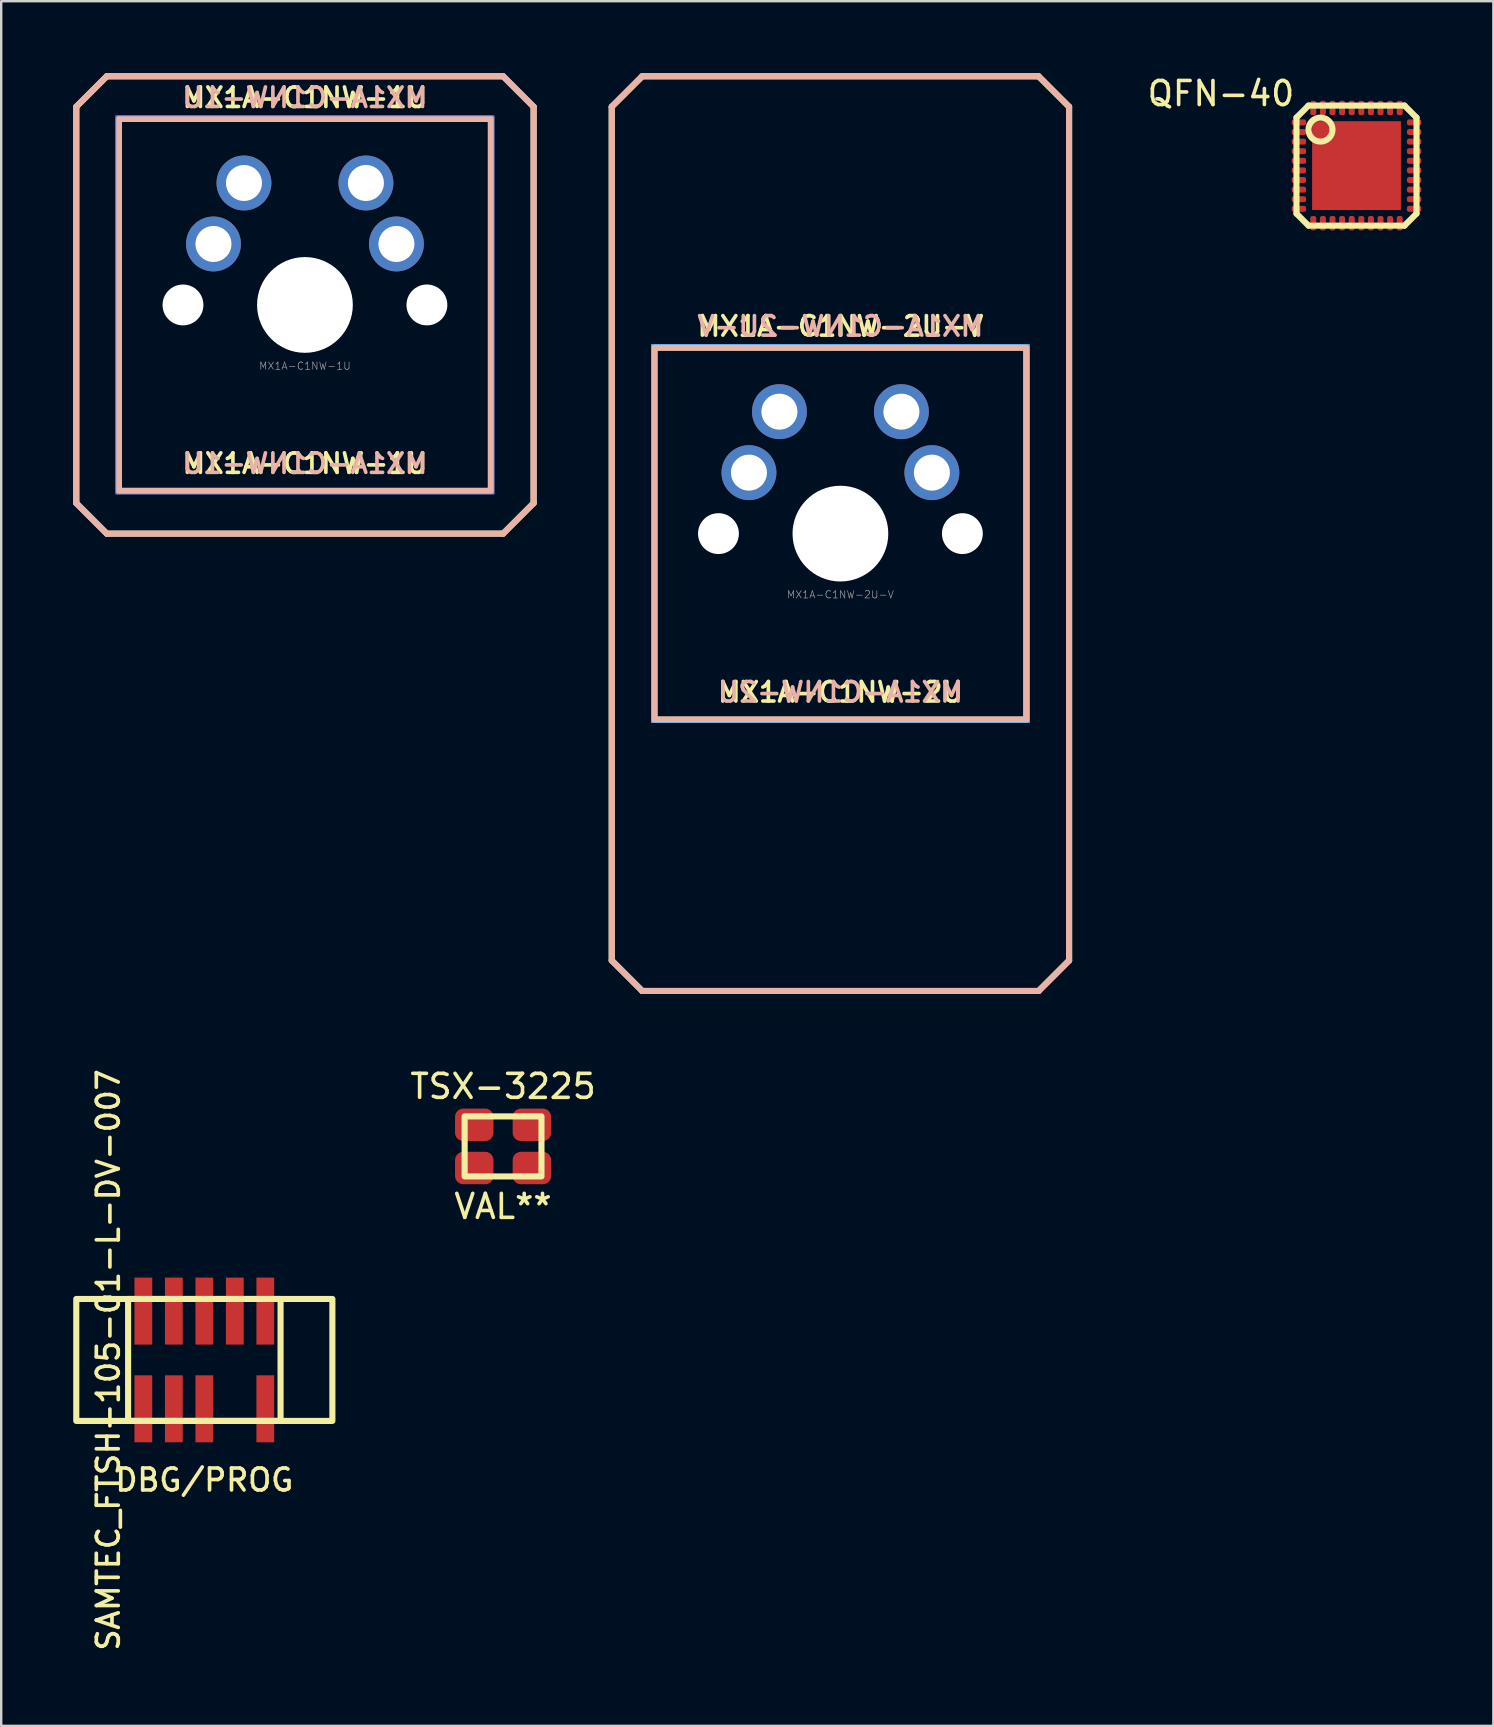
<source format=kicad_pcb>
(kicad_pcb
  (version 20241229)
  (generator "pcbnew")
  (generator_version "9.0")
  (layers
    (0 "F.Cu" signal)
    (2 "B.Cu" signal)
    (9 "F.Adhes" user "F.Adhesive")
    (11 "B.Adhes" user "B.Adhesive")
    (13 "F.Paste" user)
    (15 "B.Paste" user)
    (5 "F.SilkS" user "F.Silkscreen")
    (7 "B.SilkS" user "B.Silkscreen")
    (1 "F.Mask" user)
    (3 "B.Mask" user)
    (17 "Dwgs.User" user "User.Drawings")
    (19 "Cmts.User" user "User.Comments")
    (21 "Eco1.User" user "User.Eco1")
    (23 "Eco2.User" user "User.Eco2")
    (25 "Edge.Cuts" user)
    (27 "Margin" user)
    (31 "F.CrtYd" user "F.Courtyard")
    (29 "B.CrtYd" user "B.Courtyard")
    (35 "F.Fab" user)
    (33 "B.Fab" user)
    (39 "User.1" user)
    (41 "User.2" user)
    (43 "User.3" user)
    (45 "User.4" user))
  (footprint "MX1A-C1NW-2U-V"
    (layer "F.Cu")
    (at 31.956 19.177)
    (property "Reference" "MX1A-C1NW-2U-V" (at 0 2.54 0) (unlocked yes) (layer "F.Fab") (effects (font (size 0.305 0.305) (thickness 0.025))))
    (property "Value" "MX1A-C1NW-2U" (at 0 3.048 0) (unlocked yes) (layer "F.Fab") (hide yes) (effects (font (size 0.305 0.305) (thickness 0.025))))
    (attr through_hole)
    (fp_line (start -9.525 -17.78) (end -9.525 17.78) (stroke (width 0.254) (type solid)) (layer "F.SilkS"))
    (fp_line (start -9.525 17.78) (end -8.255 19.05) (stroke (width 0.254) (type solid)) (layer "F.SilkS"))
    (fp_line (start -8.255 -19.05) (end -9.525 -17.78) (stroke (width 0.254) (type solid)) (layer "F.SilkS"))
    (fp_line (start -8.255 19.05) (end 8.255 19.05) (stroke (width 0.254) (type solid)) (layer "F.SilkS"))
    (fp_line (start 8.255 -19.05) (end -8.255 -19.05) (stroke (width 0.254) (type solid)) (layer "F.SilkS"))
    (fp_line (start 8.255 19.05) (end 9.525 17.78) (stroke (width 0.254) (type solid)) (layer "F.SilkS"))
    (fp_line (start 9.525 -17.78) (end 8.255 -19.05) (stroke (width 0.254) (type solid)) (layer "F.SilkS"))
    (fp_line (start 9.525 17.78) (end 9.525 -17.78) (stroke (width 0.254) (type solid)) (layer "F.SilkS"))
    (fp_rect (start -7.747 -7.747) (end 7.747 7.747) (stroke (width 0.254) (type solid)) (fill no) (layer "F.SilkS"))
    (fp_line (start -9.525 -17.78) (end -9.525 17.78) (stroke (width 0.254) (type solid)) (layer "B.SilkS"))
    (fp_line (start -9.525 17.78) (end -8.255 19.05) (stroke (width 0.254) (type solid)) (layer "B.SilkS"))
    (fp_line (start -8.255 -19.05) (end -9.525 -17.78) (stroke (width 0.254) (type solid)) (layer "B.SilkS"))
    (fp_line (start -8.255 19.05) (end 8.255 19.05) (stroke (width 0.254) (type solid)) (layer "B.SilkS"))
    (fp_line (start 8.255 -19.05) (end -8.255 -19.05) (stroke (width 0.254) (type solid)) (layer "B.SilkS"))
    (fp_line (start 8.255 19.05) (end 9.525 17.78) (stroke (width 0.254) (type solid)) (layer "B.SilkS"))
    (fp_line (start 9.525 -17.78) (end 8.255 -19.05) (stroke (width 0.254) (type solid)) (layer "B.SilkS"))
    (fp_line (start 9.525 17.78) (end 9.525 -17.78) (stroke (width 0.254) (type solid)) (layer "B.SilkS"))
    (fp_rect (start -7.747 -7.747) (end 7.747 7.747) (stroke (width 0.254) (type solid)) (fill no) (layer "B.SilkS"))
    (fp_rect (start -7.874 -7.874) (end 7.874 7.874) (stroke (width 0.025) (type solid)) (fill no) (layer "B.CrtYd"))
    (fp_rect (start -7.874 -7.874) (end 7.874 7.874) (stroke (width 0.025) (type solid)) (fill no) (layer "F.CrtYd"))
    (fp_text user "${VALUE}" (at 0 6.604 0) (unlocked yes) (layer "F.SilkS") (effects (font (size 0.813 0.813) (thickness 0.152))))
    (fp_text user "${REFERENCE}" (at 0 -8.636 0) (unlocked yes) (layer "F.SilkS") (effects (font (size 0.813 0.813) (thickness 0.152))))
    (fp_text user "${REFERENCE}" (at 0 -8.636 0) (unlocked yes) (layer "B.SilkS") (effects (font (size 0.813 0.813) (thickness 0.152)) (justify mirror)))
    (fp_text user "${VALUE}" (at 0 6.604 0) (unlocked yes) (layer "B.SilkS") (effects (font (size 0.813 0.813) (thickness 0.152)) (justify mirror)))
    (pad "" np_thru_hole circle (at -5.08 0) (size 1.702 1.702) (drill 1.702) (layers "*.Cu"))
    (pad "" np_thru_hole circle (at 0 0) (size 3.988 3.988) (drill 3.988) (layers "*.Cu"))
    (pad "" np_thru_hole circle (at 5.08 0) (size 1.702 1.702) (drill 1.702) (layers "*.Cu"))
    (pad "1" thru_hole circle (at -3.81 -2.54) (size 2.286 2.286) (drill 1.499) (layers "*.Cu" "*.Mask"))
    (pad "2" thru_hole circle (at 2.54 -5.08) (size 2.286 2.286) (drill 1.499) (layers "*.Cu" "*.Mask"))
    (pad "3" thru_hole circle (at 3.81 -2.54) (size 2.286 2.286) (drill 1.499) (layers "*.Cu" "*.Mask"))
    (pad "4" thru_hole circle (at -2.54 -5.08) (size 2.286 2.286) (drill 1.499) (layers "*.Cu" "*.Mask")))
  (footprint "MX1A-C1NW-1U"
    (layer "F.Cu")
    (at 9.652 9.652)
    (property "Reference" "MX1A-C1NW-1U" (at 0 2.54 0) (unlocked yes) (layer "F.Fab") (effects (font (size 0.305 0.305) (thickness 0.025))))
    (property "Value" "MX1A-C1NW-1U" (at 0 3.048 0) (unlocked yes) (layer "F.Fab") (hide yes) (effects (font (size 0.305 0.305) (thickness 0.025))))
    (attr through_hole)
    (fp_line (start -9.525 -8.255) (end -9.525 8.255) (stroke (width 0.254) (type solid)) (layer "F.SilkS"))
    (fp_line (start -9.525 8.255) (end -8.255 9.525) (stroke (width 0.254) (type solid)) (layer "F.SilkS"))
    (fp_line (start -8.255 -9.525) (end -9.525 -8.255) (stroke (width 0.254) (type solid)) (layer "F.SilkS"))
    (fp_line (start -8.255 9.525) (end 8.255 9.525) (stroke (width 0.254) (type solid)) (layer "F.SilkS"))
    (fp_line (start 8.255 -9.525) (end -8.255 -9.525) (stroke (width 0.254) (type solid)) (layer "F.SilkS"))
    (fp_line (start 8.255 9.525) (end 9.525 8.255) (stroke (width 0.254) (type solid)) (layer "F.SilkS"))
    (fp_line (start 9.525 -8.255) (end 8.255 -9.525) (stroke (width 0.254) (type solid)) (layer "F.SilkS"))
    (fp_line (start 9.525 8.255) (end 9.525 -8.255) (stroke (width 0.254) (type solid)) (layer "F.SilkS"))
    (fp_rect (start -7.747 -7.747) (end 7.747 7.747) (stroke (width 0.254) (type solid)) (fill no) (layer "F.SilkS"))
    (fp_line (start -9.525 -8.255) (end -8.255 -9.525) (stroke (width 0.254) (type solid)) (layer "B.SilkS"))
    (fp_line (start -9.525 8.255) (end -9.525 -8.255) (stroke (width 0.254) (type solid)) (layer "B.SilkS"))
    (fp_line (start -8.255 -9.525) (end 8.255 -9.525) (stroke (width 0.254) (type solid)) (layer "B.SilkS"))
    (fp_line (start -8.255 9.525) (end -9.525 8.255) (stroke (width 0.254) (type solid)) (layer "B.SilkS"))
    (fp_line (start 8.255 -9.525) (end 9.525 -8.255) (stroke (width 0.254) (type solid)) (layer "B.SilkS"))
    (fp_line (start 8.255 9.525) (end -8.255 9.525) (stroke (width 0.254) (type solid)) (layer "B.SilkS"))
    (fp_line (start 9.525 -8.255) (end 9.525 8.255) (stroke (width 0.254) (type solid)) (layer "B.SilkS"))
    (fp_line (start 9.525 8.255) (end 8.255 9.525) (stroke (width 0.254) (type solid)) (layer "B.SilkS"))
    (fp_rect (start -7.747 -7.747) (end 7.747 7.747) (stroke (width 0.254) (type solid)) (fill no) (layer "B.SilkS"))
    (fp_rect (start -7.874 -7.874) (end 7.874 7.874) (stroke (width 0.025) (type solid)) (fill no) (layer "B.CrtYd"))
    (fp_rect (start -7.874 -7.874) (end 7.874 7.874) (stroke (width 0.025) (type solid)) (fill no) (layer "F.CrtYd"))
    (fp_text user "${VALUE}" (at 0 6.604 0) (unlocked yes) (layer "F.SilkS") (effects (font (size 0.813 0.813) (thickness 0.152))))
    (fp_text user "${REFERENCE}" (at 0 -8.636 0) (unlocked yes) (layer "F.SilkS") (effects (font (size 0.813 0.813) (thickness 0.152))))
    (fp_text user "${REFERENCE}" (at 0 -8.636 0) (unlocked yes) (layer "B.SilkS") (effects (font (size 0.813 0.813) (thickness 0.152)) (justify mirror)))
    (fp_text user "${VALUE}" (at 0 6.604 0) (unlocked yes) (layer "B.SilkS") (effects (font (size 0.813 0.813) (thickness 0.152)) (justify mirror)))
    (pad "" np_thru_hole circle (at -5.08 0) (size 1.702 1.702) (drill 1.702) (layers "*.Cu"))
    (pad "" np_thru_hole circle (at 0 0) (size 3.988 3.988) (drill 3.988) (layers "*.Cu"))
    (pad "" np_thru_hole circle (at 5.08 0) (size 1.702 1.702) (drill 1.702) (layers "*.Cu"))
    (pad "1" thru_hole circle (at -3.81 -2.54) (size 2.286 2.286) (drill 1.499) (layers "*.Cu" "*.Mask"))
    (pad "2" thru_hole circle (at 2.54 -5.08) (size 2.286 2.286) (drill 1.499) (layers "*.Cu" "*.Mask"))
    (pad "3" thru_hole circle (at 3.81 -2.54) (size 2.286 2.286) (drill 1.499) (layers "*.Cu" "*.Mask"))
    (pad "4" thru_hole circle (at -2.54 -5.08) (size 2.286 2.286) (drill 1.499) (layers "*.Cu" "*.Mask")))
  (footprint "QFN-40"
    (layer "F.Cu")
    (at 53.453 3.848)
    (property "Reference" "QFN-40" (at -2.5 -3 0) (unlocked yes) (layer "F.SilkS") (effects (font (size 1 1) (thickness 0.15)) (justify right)))
    (attr smd)
    (fp_line (start -2.5 -2) (end -2.5 2) (stroke (width 0.254) (type solid)) (layer "F.SilkS"))
    (fp_line (start -2.5 2) (end -2 2.5) (stroke (width 0.254) (type solid)) (layer "F.SilkS"))
    (fp_line (start -2 -2.5) (end -2.5 -2) (stroke (width 0.254) (type solid)) (layer "F.SilkS"))
    (fp_line (start -2 2.5) (end 2 2.5) (stroke (width 0.254) (type solid)) (layer "F.SilkS"))
    (fp_line (start 2 -2.5) (end -2 -2.5) (stroke (width 0.254) (type solid)) (layer "F.SilkS"))
    (fp_line (start 2 2.5) (end 2.5 2) (stroke (width 0.254) (type solid)) (layer "F.SilkS"))
    (fp_line (start 2.5 -2) (end 2 -2.5) (stroke (width 0.254) (type solid)) (layer "F.SilkS"))
    (fp_line (start 2.5 2) (end 2.5 -2) (stroke (width 0.254) (type solid)) (layer "F.SilkS"))
    (fp_circle (center -1.5 -1.5) (end -1 -1.5) (stroke (width 0.254) (type solid)) (fill no) (layer "F.SilkS"))
    (pad "1" smd roundrect (at -2.4 -1.8) (size 0.6 0.25) (layers "F.Cu" "F.Mask") (roundrect_rratio 0.35))
    (pad "2" smd roundrect (at -2.4 -1.4) (size 0.6 0.25) (layers "F.Cu" "F.Mask") (roundrect_rratio 0.35))
    (pad "3" smd roundrect (at -2.4 -1) (size 0.6 0.25) (layers "F.Cu" "F.Mask") (roundrect_rratio 0.35))
    (pad "4" smd roundrect (at -2.4 -0.6) (size 0.6 0.25) (layers "F.Cu" "F.Mask") (roundrect_rratio 0.35))
    (pad "5" smd roundrect (at -2.4 -0.2) (size 0.6 0.25) (layers "F.Cu" "F.Mask") (roundrect_rratio 0.35))
    (pad "6" smd roundrect (at -2.4 0.2) (size 0.6 0.25) (layers "F.Cu" "F.Mask") (roundrect_rratio 0.35))
    (pad "7" smd roundrect (at -2.4 0.6) (size 0.6 0.25) (layers "F.Cu" "F.Mask") (roundrect_rratio 0.35))
    (pad "8" smd roundrect (at -2.4 1) (size 0.6 0.25) (layers "F.Cu" "F.Mask") (roundrect_rratio 0.35))
    (pad "9" smd roundrect (at -2.4 1.4) (size 0.6 0.25) (layers "F.Cu" "F.Mask") (roundrect_rratio 0.35))
    (pad "10" smd roundrect (at -2.4 1.8) (size 0.6 0.25) (layers "F.Cu" "F.Mask") (roundrect_rratio 0.35))
    (pad "11" smd roundrect (at -1.8 2.4 90) (size 0.6 0.25) (layers "F.Cu" "F.Mask") (roundrect_rratio 0.35))
    (pad "12" smd roundrect (at -1.4 2.4 90) (size 0.6 0.25) (layers "F.Cu" "F.Mask") (roundrect_rratio 0.35))
    (pad "13" smd roundrect (at -1 2.4 90) (size 0.6 0.25) (layers "F.Cu" "F.Mask") (roundrect_rratio 0.35))
    (pad "14" smd roundrect (at -0.6 2.4 90) (size 0.6 0.25) (layers "F.Cu" "F.Mask") (roundrect_rratio 0.35))
    (pad "15" smd roundrect (at -0.2 2.4 90) (size 0.6 0.25) (layers "F.Cu" "F.Mask") (roundrect_rratio 0.35))
    (pad "16" smd roundrect (at 0.2 2.4 90) (size 0.6 0.25) (layers "F.Cu" "F.Mask") (roundrect_rratio 0.35))
    (pad "17" smd roundrect (at 0.6 2.4 90) (size 0.6 0.25) (layers "F.Cu" "F.Mask") (roundrect_rratio 0.35))
    (pad "18" smd roundrect (at 1 2.4 90) (size 0.6 0.25) (layers "F.Cu" "F.Mask") (roundrect_rratio 0.35))
    (pad "19" smd roundrect (at 1.4 2.4 90) (size 0.6 0.25) (layers "F.Cu" "F.Mask") (roundrect_rratio 0.35))
    (pad "20" smd roundrect (at 1.8 2.4 90) (size 0.6 0.25) (layers "F.Cu" "F.Mask") (roundrect_rratio 0.35))
    (pad "21" smd roundrect (at 2.4 1.8 180) (size 0.6 0.25) (layers "F.Cu" "F.Mask") (roundrect_rratio 0.35))
    (pad "22" smd roundrect (at 2.4 1.4 180) (size 0.6 0.25) (layers "F.Cu" "F.Mask") (roundrect_rratio 0.35))
    (pad "23" smd roundrect (at 2.4 1 180) (size 0.6 0.25) (layers "F.Cu" "F.Mask") (roundrect_rratio 0.35))
    (pad "24" smd roundrect (at 2.4 0.6 180) (size 0.6 0.25) (layers "F.Cu" "F.Mask") (roundrect_rratio 0.35))
    (pad "25" smd roundrect (at 2.4 0.2 180) (size 0.6 0.25) (layers "F.Cu" "F.Mask") (roundrect_rratio 0.35))
    (pad "26" smd roundrect (at 2.4 -0.2 180) (size 0.6 0.25) (layers "F.Cu" "F.Mask") (roundrect_rratio 0.35))
    (pad "27" smd roundrect (at 2.4 -0.6 180) (size 0.6 0.25) (layers "F.Cu" "F.Mask") (roundrect_rratio 0.35))
    (pad "28" smd roundrect (at 2.4 -1 180) (size 0.6 0.25) (layers "F.Cu" "F.Mask") (roundrect_rratio 0.35))
    (pad "29" smd roundrect (at 2.4 -1.4 180) (size 0.6 0.25) (layers "F.Cu" "F.Mask") (roundrect_rratio 0.35))
    (pad "30" smd roundrect (at 2.4 -1.8 180) (size 0.6 0.25) (layers "F.Cu" "F.Mask") (roundrect_rratio 0.35))
    (pad "31" smd roundrect (at 1.8 -2.4 270) (size 0.6 0.25) (layers "F.Cu" "F.Mask") (roundrect_rratio 0.35))
    (pad "32" smd roundrect (at 1.4 -2.4 270) (size 0.6 0.25) (layers "F.Cu" "F.Mask") (roundrect_rratio 0.35))
    (pad "33" smd roundrect (at 1 -2.4 270) (size 0.6 0.25) (layers "F.Cu" "F.Mask") (roundrect_rratio 0.35))
    (pad "34" smd roundrect (at 0.6 -2.4 270) (size 0.6 0.25) (layers "F.Cu" "F.Mask") (roundrect_rratio 0.35))
    (pad "35" smd roundrect (at 0.2 -2.4 270) (size 0.6 0.25) (layers "F.Cu" "F.Mask") (roundrect_rratio 0.35))
    (pad "36" smd roundrect (at -0.2 -2.4 270) (size 0.6 0.25) (layers "F.Cu" "F.Mask") (roundrect_rratio 0.35))
    (pad "37" smd roundrect (at -0.6 -2.4 270) (size 0.6 0.25) (layers "F.Cu" "F.Mask") (roundrect_rratio 0.35))
    (pad "38" smd roundrect (at -1 -2.4 270) (size 0.6 0.25) (layers "F.Cu" "F.Mask") (roundrect_rratio 0.35))
    (pad "39" smd roundrect (at -1.4 -2.4 270) (size 0.6 0.25) (layers "F.Cu" "F.Mask") (roundrect_rratio 0.35))
    (pad "40" smd roundrect (at -1.8 -2.4 270) (size 0.6 0.25) (layers "F.Cu" "F.Mask") (roundrect_rratio 0.35))
    (pad "PAD" smd rect (at 0 0) (size 3.7 3.7) (layers "F.Cu" "F.Mask")))
  (footprint "SAMTEC_FTSH-105-01-L-DV-007"
    (layer "F.Cu")
    (at 5.461 53.596)
    (property "Reference" "SAMTEC_FTSH-105-01-L-DV-007" (at -4 0 90) (layer "F.SilkS") (effects (font (size 0.914 0.914) (thickness 0.152))))
    (attr through_hole)
    (fp_rect (start -3.175 2.54) (end 3.175 -2.54) (stroke (width 0.254) (type solid)) (fill no) (layer "F.SilkS"))
    (fp_rect (start 5.334 2.54) (end -5.334 -2.54) (stroke (width 0.254) (type solid)) (fill no) (layer "F.SilkS"))
    (fp_text user "DBG/PROG" (at 0 5 0) (unlocked yes) (layer "F.SilkS") (effects (font (size 0.914 0.914) (thickness 0.152))))
    (pad "1" smd rect (at -2.54 2.035) (size 0.74 2.79) (layers "F.Cu" "F.Mask" "F.Paste"))
    (pad "2" smd rect (at -2.54 -2.035) (size 0.74 2.79) (layers "F.Cu" "F.Mask" "F.Paste"))
    (pad "3" smd rect (at -1.27 2.035) (size 0.74 2.79) (layers "F.Cu" "F.Mask" "F.Paste"))
    (pad "4" smd rect (at -1.27 -2.035) (size 0.74 2.79) (layers "F.Cu" "F.Mask" "F.Paste"))
    (pad "5" smd rect (at 0 2.035) (size 0.74 2.79) (layers "F.Cu" "F.Mask" "F.Paste"))
    (pad "6" smd rect (at 0 -2.035) (size 0.74 2.79) (layers "F.Cu" "F.Mask" "F.Paste"))
    (pad "8" smd rect (at 1.27 -2.035) (size 0.74 2.79) (layers "F.Cu" "F.Mask" "F.Paste"))
    (pad "9" smd rect (at 2.54 2.035) (size 0.74 2.79) (layers "F.Cu" "F.Mask" "F.Paste"))
    (pad "10" smd rect (at 2.54 -2.035) (size 0.74 2.79) (layers "F.Cu" "F.Mask" "F.Paste")))
  (footprint "TSX-3225"
    (layer "F.Cu")
    (at 17.904 44.702)
    (property "Reference" "TSX-3225" (at 0 -2.5 0) (unlocked yes) (layer "F.SilkS") (effects (font (size 1 1) (thickness 0.15))))
    (attr smd)
    (fp_rect (start -1.6 -1.25) (end 1.6 1.25) (stroke (width 0.254) (type solid)) (fill no) (layer "F.SilkS"))
    (fp_text user "VAL**" (at 0 2.5 0) (unlocked yes) (layer "F.SilkS") (effects (font (size 1 1) (thickness 0.15))))
    (pad "1" smd roundrect (at -1.2 0.9) (size 1.6 1.35) (layers "F.Cu" "F.Mask") (roundrect_rratio 0.25))
    (pad "2" smd roundrect (at 1.2 0.9) (size 1.6 1.35) (layers "F.Cu" "F.Mask") (roundrect_rratio 0.25))
    (pad "3" smd roundrect (at 1.2 -0.9) (size 1.6 1.35) (layers "F.Cu" "F.Mask") (roundrect_rratio 0.25))
    (pad "4" smd roundrect (at -1.2 -0.9) (size 1.6 1.35) (layers "F.Cu" "F.Mask") (roundrect_rratio 0.25)))
  (gr_rect
    (start -3 -3)
    (end 59.153 68.838)
    (stroke (width 0.1) (type default))
    (fill no)
    (layer "Edge.Cuts")))
</source>
